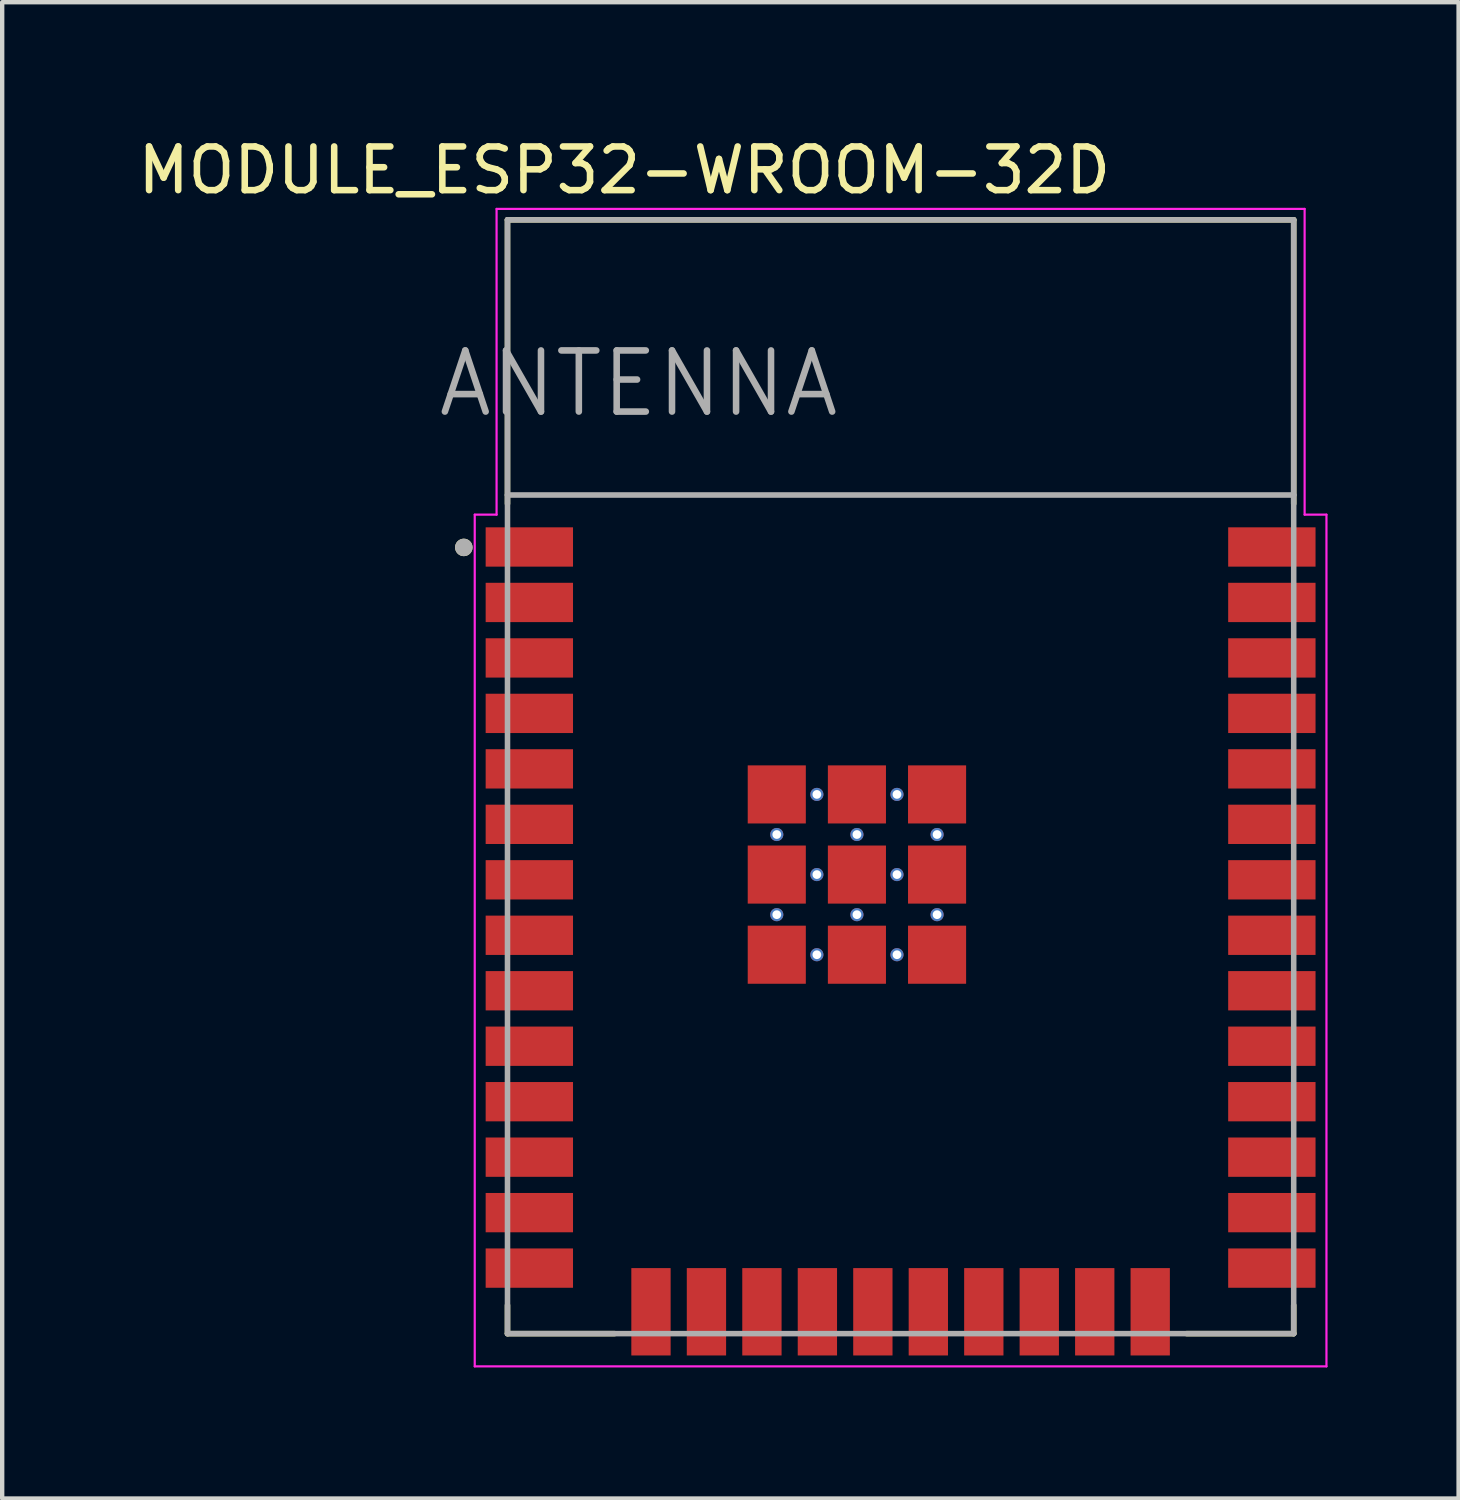
<source format=kicad_pcb>
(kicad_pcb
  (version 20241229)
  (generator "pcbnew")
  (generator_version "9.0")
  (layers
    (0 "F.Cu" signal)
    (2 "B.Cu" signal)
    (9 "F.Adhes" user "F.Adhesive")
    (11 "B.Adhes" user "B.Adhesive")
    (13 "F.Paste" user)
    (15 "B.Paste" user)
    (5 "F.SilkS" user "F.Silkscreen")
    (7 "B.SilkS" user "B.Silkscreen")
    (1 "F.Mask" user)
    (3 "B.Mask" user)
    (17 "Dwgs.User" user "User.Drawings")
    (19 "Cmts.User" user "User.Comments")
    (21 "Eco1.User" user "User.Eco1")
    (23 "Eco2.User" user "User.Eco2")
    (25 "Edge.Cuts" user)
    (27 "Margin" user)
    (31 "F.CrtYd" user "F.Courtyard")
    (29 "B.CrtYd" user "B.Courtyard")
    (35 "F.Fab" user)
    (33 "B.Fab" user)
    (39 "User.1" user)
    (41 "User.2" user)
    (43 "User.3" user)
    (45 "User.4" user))
  (footprint "MODULE_ESP32-WROOM-32D"
    (layer "F.Cu")
    (at 17.569 14.733)
    (property "Reference" "MODULE_ESP32-WROOM-32D" (at -6.325 -13.885 0) (layer "F.SilkS") (effects (font (size 1 1) (thickness 0.15))))
    (attr through_hole)
    (fp_line (start -9 -12.75) (end 9 -12.75) (stroke (width 0.127) (type solid)) (layer "F.SilkS"))
    (fp_line (start -9 -6.25) (end -9 -12.75) (stroke (width 0.127) (type solid)) (layer "F.SilkS"))
    (fp_line (start -9 12.1) (end -9 12.75) (stroke (width 0.127) (type solid)) (layer "F.SilkS"))
    (fp_line (start -9 12.75) (end -6.55 12.75) (stroke (width 0.127) (type solid)) (layer "F.SilkS"))
    (fp_line (start 6.55 12.75) (end 9 12.75) (stroke (width 0.127) (type solid)) (layer "F.SilkS"))
    (fp_line (start 9 -12.75) (end 9 -6.25) (stroke (width 0.127) (type solid)) (layer "F.SilkS"))
    (fp_line (start 9 12.75) (end 9 12.1) (stroke (width 0.127) (type solid)) (layer "F.SilkS"))
    (fp_circle (center -10 -5.25) (end -9.9 -5.25) (stroke (width 0.2) (type solid)) (fill no) (layer "F.SilkS"))
    (fp_line (start -9.75 -6) (end -9.25 -6) (stroke (width 0.05) (type solid)) (layer "F.CrtYd"))
    (fp_line (start -9.75 13.5) (end -9.75 -6) (stroke (width 0.05) (type solid)) (layer "F.CrtYd"))
    (fp_line (start -9.25 -13) (end 9.25 -13) (stroke (width 0.05) (type solid)) (layer "F.CrtYd"))
    (fp_line (start -9.25 -6) (end -9.25 -13) (stroke (width 0.05) (type solid)) (layer "F.CrtYd"))
    (fp_line (start 9.25 -13) (end 9.25 -6) (stroke (width 0.05) (type solid)) (layer "F.CrtYd"))
    (fp_line (start 9.25 -6) (end 9.75 -6) (stroke (width 0.05) (type solid)) (layer "F.CrtYd"))
    (fp_line (start 9.75 -6) (end 9.75 13.5) (stroke (width 0.05) (type solid)) (layer "F.CrtYd"))
    (fp_line (start 9.75 13.5) (end -9.75 13.5) (stroke (width 0.05) (type solid)) (layer "F.CrtYd"))
    (fp_line (start -9 -12.75) (end -9 -6.45) (stroke (width 0.127) (type solid)) (layer "F.Fab"))
    (fp_line (start -9 -12.75) (end 9 -12.75) (stroke (width 0.127) (type solid)) (layer "F.Fab"))
    (fp_line (start -9 -6.45) (end 9 -6.45) (stroke (width 0.127) (type solid)) (layer "F.Fab"))
    (fp_line (start -9 12.75) (end -9 -6.45) (stroke (width 0.127) (type solid)) (layer "F.Fab"))
    (fp_line (start 9 -12.75) (end 9 -6.45) (stroke (width 0.127) (type solid)) (layer "F.Fab"))
    (fp_line (start 9 -6.45) (end 9 12.75) (stroke (width 0.127) (type solid)) (layer "F.Fab"))
    (fp_line (start 9 12.75) (end -9 12.75) (stroke (width 0.127) (type solid)) (layer "F.Fab"))
    (fp_circle (center -10 -5.25) (end -9.9 -5.25) (stroke (width 0.2) (type solid)) (fill no) (layer "F.Fab"))
    (fp_text user "ANTENNA" (at -6 -9 0) (layer "F.Fab") (effects (font (size 1.4 1.4) (thickness 0.15))))
    (pad "1" smd rect (at -8.5 -5.26) (size 2 0.9) (layers "F.Cu" "F.Mask" "F.Paste"))
    (pad "2" smd rect (at -8.5 -3.99) (size 2 0.9) (layers "F.Cu" "F.Mask" "F.Paste"))
    (pad "3" smd rect (at -8.5 -2.72) (size 2 0.9) (layers "F.Cu" "F.Mask" "F.Paste"))
    (pad "4" smd rect (at -8.5 -1.45) (size 2 0.9) (layers "F.Cu" "F.Mask" "F.Paste"))
    (pad "5" smd rect (at -8.5 -0.18) (size 2 0.9) (layers "F.Cu" "F.Mask" "F.Paste"))
    (pad "6" smd rect (at -8.5 1.09) (size 2 0.9) (layers "F.Cu" "F.Mask" "F.Paste"))
    (pad "7" smd rect (at -8.5 2.36) (size 2 0.9) (layers "F.Cu" "F.Mask" "F.Paste"))
    (pad "8" smd rect (at -8.5 3.63) (size 2 0.9) (layers "F.Cu" "F.Mask" "F.Paste"))
    (pad "9" smd rect (at -8.5 4.9) (size 2 0.9) (layers "F.Cu" "F.Mask" "F.Paste"))
    (pad "10" smd rect (at -8.5 6.17) (size 2 0.9) (layers "F.Cu" "F.Mask" "F.Paste"))
    (pad "11" smd rect (at -8.5 7.44) (size 2 0.9) (layers "F.Cu" "F.Mask" "F.Paste"))
    (pad "12" smd rect (at -8.5 8.71) (size 2 0.9) (layers "F.Cu" "F.Mask" "F.Paste"))
    (pad "13" smd rect (at -8.5 9.98) (size 2 0.9) (layers "F.Cu" "F.Mask" "F.Paste"))
    (pad "14" smd rect (at -8.5 11.25) (size 2 0.9) (layers "F.Cu" "F.Mask" "F.Paste"))
    (pad "15" smd rect (at -5.715 12.25) (size 0.9 2) (layers "F.Cu" "F.Mask" "F.Paste"))
    (pad "16" smd rect (at -4.445 12.25) (size 0.9 2) (layers "F.Cu" "F.Mask" "F.Paste"))
    (pad "17" smd rect (at -3.175 12.25) (size 0.9 2) (layers "F.Cu" "F.Mask" "F.Paste"))
    (pad "18" smd rect (at -1.905 12.25) (size 0.9 2) (layers "F.Cu" "F.Mask" "F.Paste"))
    (pad "19" smd rect (at -0.635 12.25) (size 0.9 2) (layers "F.Cu" "F.Mask" "F.Paste"))
    (pad "20" smd rect (at 0.635 12.25) (size 0.9 2) (layers "F.Cu" "F.Mask" "F.Paste"))
    (pad "21" smd rect (at 1.905 12.25) (size 0.9 2) (layers "F.Cu" "F.Mask" "F.Paste"))
    (pad "22" smd rect (at 3.175 12.25) (size 0.9 2) (layers "F.Cu" "F.Mask" "F.Paste"))
    (pad "23" smd rect (at 4.445 12.25) (size 0.9 2) (layers "F.Cu" "F.Mask" "F.Paste"))
    (pad "24" smd rect (at 5.715 12.25) (size 0.9 2) (layers "F.Cu" "F.Mask" "F.Paste"))
    (pad "25" smd rect (at 8.5 11.25) (size 2 0.9) (layers "F.Cu" "F.Mask" "F.Paste"))
    (pad "26" smd rect (at 8.5 9.98) (size 2 0.9) (layers "F.Cu" "F.Mask" "F.Paste"))
    (pad "27" smd rect (at 8.5 8.71) (size 2 0.9) (layers "F.Cu" "F.Mask" "F.Paste"))
    (pad "28" smd rect (at 8.5 7.44) (size 2 0.9) (layers "F.Cu" "F.Mask" "F.Paste"))
    (pad "29" smd rect (at 8.5 6.17) (size 2 0.9) (layers "F.Cu" "F.Mask" "F.Paste"))
    (pad "30" smd rect (at 8.5 4.9) (size 2 0.9) (layers "F.Cu" "F.Mask" "F.Paste"))
    (pad "31" smd rect (at 8.5 3.63) (size 2 0.9) (layers "F.Cu" "F.Mask" "F.Paste"))
    (pad "32" smd rect (at 8.5 2.36) (size 2 0.9) (layers "F.Cu" "F.Mask" "F.Paste"))
    (pad "33" smd rect (at 8.5 1.09) (size 2 0.9) (layers "F.Cu" "F.Mask" "F.Paste"))
    (pad "34" smd rect (at 8.5 -0.18) (size 2 0.9) (layers "F.Cu" "F.Mask" "F.Paste"))
    (pad "35" smd rect (at 8.5 -1.45) (size 2 0.9) (layers "F.Cu" "F.Mask" "F.Paste"))
    (pad "36" smd rect (at 8.5 -2.72) (size 2 0.9) (layers "F.Cu" "F.Mask" "F.Paste"))
    (pad "37" smd rect (at 8.5 -3.99) (size 2 0.9) (layers "F.Cu" "F.Mask" "F.Paste"))
    (pad "38" smd rect (at 8.5 -5.26) (size 2 0.9) (layers "F.Cu" "F.Mask" "F.Paste"))
    (pad "39_1" smd rect (at -2.835 0.405) (size 1.33 1.33) (layers "F.Cu" "F.Mask" "F.Paste"))
    (pad "39_2" smd rect (at -1 0.405) (size 1.33 1.33) (layers "F.Cu" "F.Mask" "F.Paste"))
    (pad "39_3" smd rect (at 0.835 0.405) (size 1.33 1.33) (layers "F.Cu" "F.Mask" "F.Paste"))
    (pad "39_4" smd rect (at -2.835 2.24) (size 1.33 1.33) (layers "F.Cu" "F.Mask" "F.Paste"))
    (pad "39_5" smd rect (at -1 2.24) (size 1.33 1.33) (layers "F.Cu" "F.Mask" "F.Paste"))
    (pad "39_6" smd rect (at 0.835 2.24) (size 1.33 1.33) (layers "F.Cu" "F.Mask" "F.Paste"))
    (pad "39_7" smd rect (at -2.835 4.075) (size 1.33 1.33) (layers "F.Cu" "F.Mask" "F.Paste"))
    (pad "39_8" smd rect (at -1 4.075) (size 1.33 1.33) (layers "F.Cu" "F.Mask" "F.Paste"))
    (pad "39_9" smd rect (at 0.835 4.075) (size 1.33 1.33) (layers "F.Cu" "F.Mask" "F.Paste"))
    (pad "39_10" thru_hole circle (at -1.917 0.405) (size 0.3 0.3) (drill 0.2) (layers "*.Cu" "*.Mask"))
    (pad "39_11" thru_hole circle (at -0.083 0.405) (size 0.3 0.3) (drill 0.2) (layers "*.Cu" "*.Mask"))
    (pad "39_12" thru_hole circle (at -2.835 1.323) (size 0.3 0.3) (drill 0.2) (layers "*.Cu" "*.Mask"))
    (pad "39_13" thru_hole circle (at -1 1.323) (size 0.3 0.3) (drill 0.2) (layers "*.Cu" "*.Mask"))
    (pad "39_14" thru_hole circle (at 0.835 1.323) (size 0.3 0.3) (drill 0.2) (layers "*.Cu" "*.Mask"))
    (pad "39_15" thru_hole circle (at -1.917 2.24) (size 0.3 0.3) (drill 0.2) (layers "*.Cu" "*.Mask"))
    (pad "39_16" thru_hole circle (at -0.083 2.24) (size 0.3 0.3) (drill 0.2) (layers "*.Cu" "*.Mask"))
    (pad "39_17" thru_hole circle (at -2.835 3.158) (size 0.3 0.3) (drill 0.2) (layers "*.Cu" "*.Mask"))
    (pad "39_18" thru_hole circle (at -1 3.158) (size 0.3 0.3) (drill 0.2) (layers "*.Cu" "*.Mask"))
    (pad "39_19" thru_hole circle (at 0.835 3.158) (size 0.3 0.3) (drill 0.2) (layers "*.Cu" "*.Mask"))
    (pad "39_20" thru_hole circle (at -1.917 4.075) (size 0.3 0.3) (drill 0.2) (layers "*.Cu" "*.Mask"))
    (pad "39_21" thru_hole circle (at -0.083 4.075) (size 0.3 0.3) (drill 0.2) (layers "*.Cu" "*.Mask"))
    (zone (net_name "") (layer "F.Cu") (hatch full 0.508) (connect_pads) (min_thickness 0.01) (filled_areas_thickness no) (keepout (tracks not_allowed) (vias not_allowed) (pads not_allowed) (copperpour not_allowed) (footprints allowed)) (placement (enabled no)) (fill) (polygon (pts (xy 8.569 1.983) (xy 26.569 1.983) (xy 26.569 8.283) (xy 8.569 8.283))))
    (zone (net_name "") (layers "F.Cu" "B.Cu") (hatch full 0.508) (connect_pads) (min_thickness 0.01) (filled_areas_thickness no) (keepout (tracks allowed) (vias not_allowed) (pads allowed) (copperpour allowed) (footprints allowed)) (placement (enabled no)) (fill) (polygon (pts (xy 8.569 1.983) (xy 26.569 1.983) (xy 26.569 8.283) (xy 8.569 8.283)))))
  (gr_rect
    (start -3 -3)
    (end 30.344 31.258)
    (stroke (width 0.1) (type default))
    (fill no)
    (layer "Edge.Cuts")))
</source>
